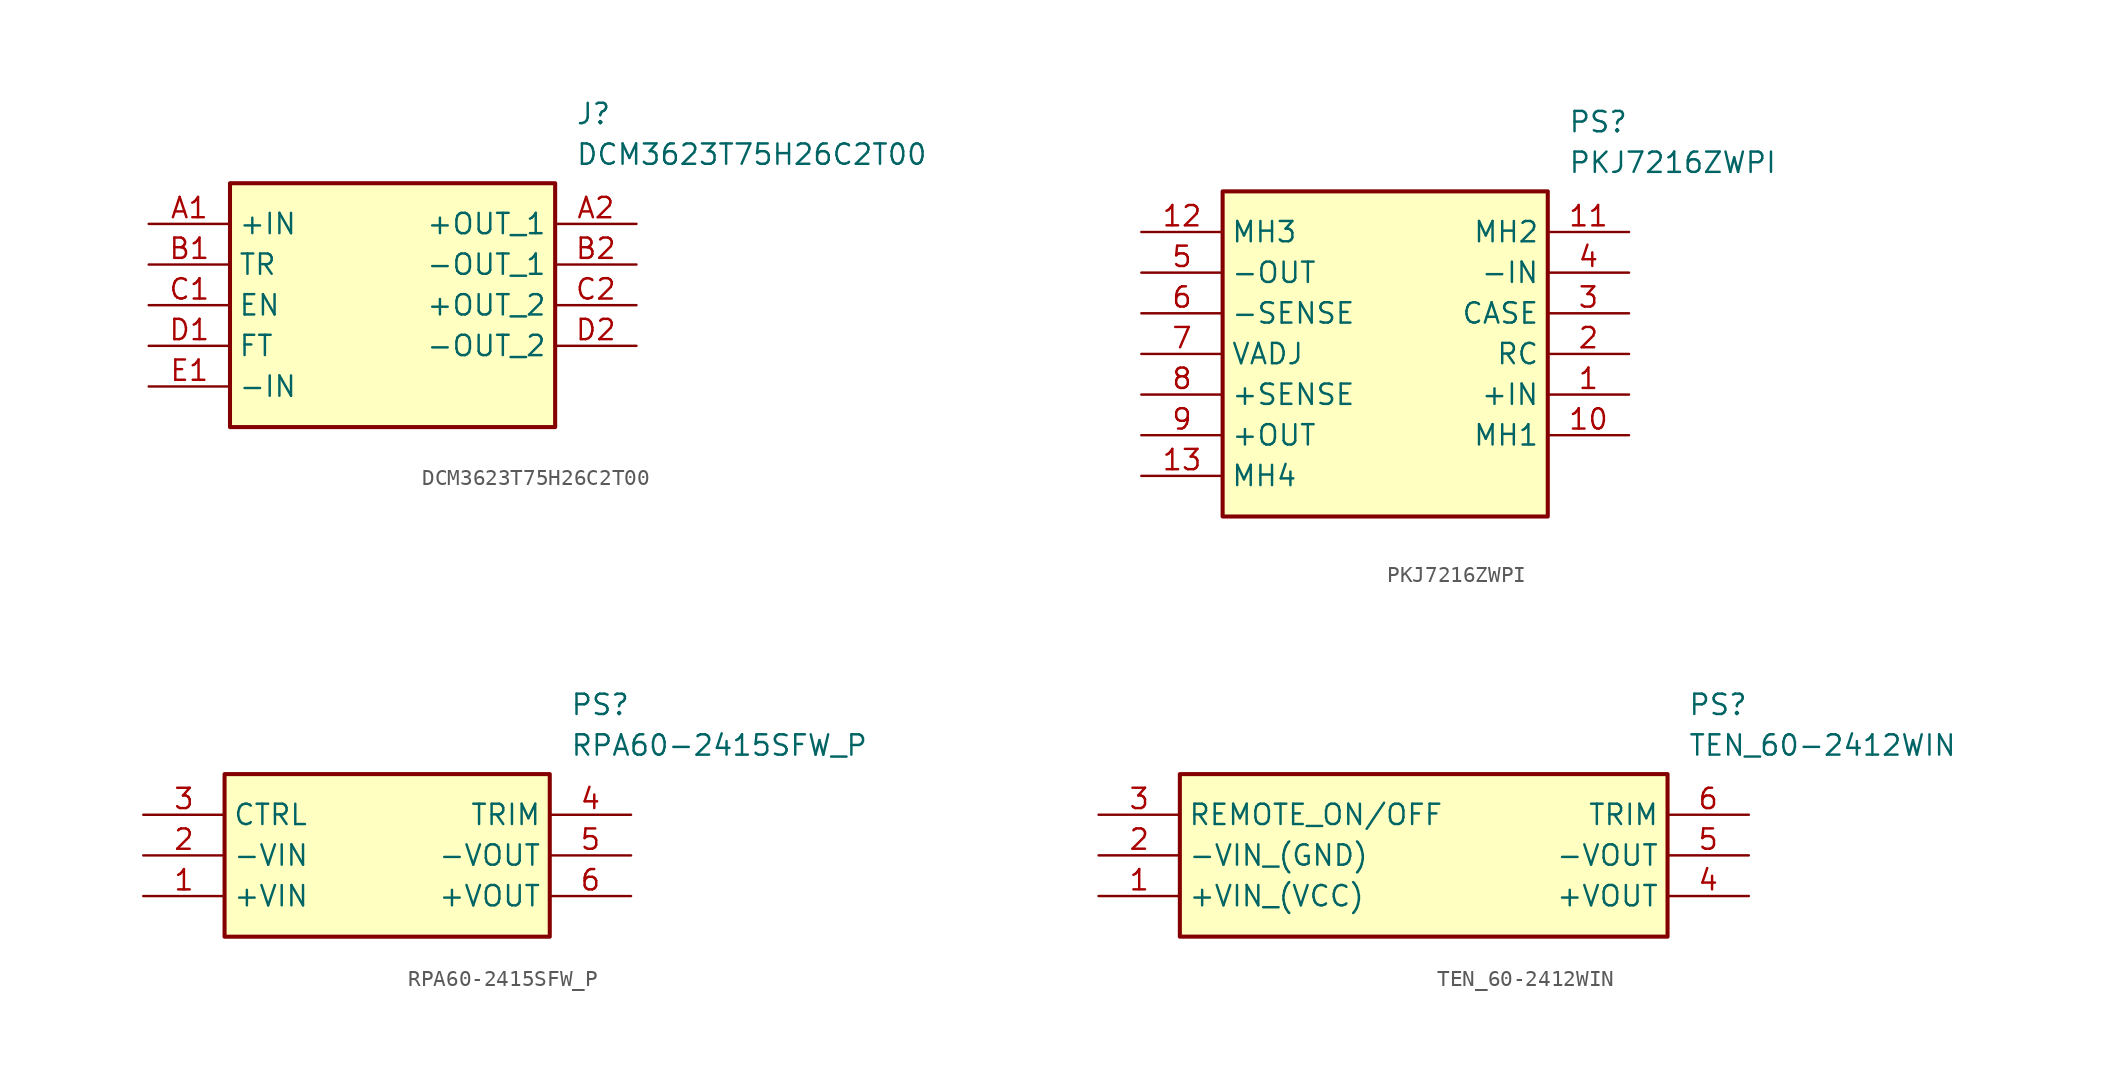
<source format=kicad_sym>
(kicad_symbol_lib
  (version 20241209)
  (generator "kicad_symbol_editor")
  (generator_version "9.0")
  (symbol "DCM3623T75H26C2T00"
    (property "Reference" "J"
      (at 26.67 7.62 0)
      (effects (font (size 1.27 1.27)) (justify left top)))
    (property "Value" "DCM3623T75H26C2T00"
      (at 26.67 5.08 0)
      (effects (font (size 1.27 1.27)) (justify left top)))
    (symbol "DCM3623T75H26C2T00_1_1"
      (rectangle (start 5.08 2.54) (end 25.4 -12.7) (stroke (width 0.254) (type default)) (fill (type background)))
      (pin passive line (at 0 0 0) (length 5.08) (name "+IN" (effects (font (size 1.27 1.27)))) (number "A1" (effects (font (size 1.27 1.27)))))
      (pin passive line (at 0 -2.54 0) (length 5.08) (name "TR" (effects (font (size 1.27 1.27)))) (number "B1" (effects (font (size 1.27 1.27)))))
      (pin passive line (at 0 -5.08 0) (length 5.08) (name "EN" (effects (font (size 1.27 1.27)))) (number "C1" (effects (font (size 1.27 1.27)))))
      (pin passive line (at 0 -7.62 0) (length 5.08) (name "FT" (effects (font (size 1.27 1.27)))) (number "D1" (effects (font (size 1.27 1.27)))))
      (pin passive line (at 0 -10.16 0) (length 5.08) (name "-IN" (effects (font (size 1.27 1.27)))) (number "E1" (effects (font (size 1.27 1.27)))))
      (pin passive line (at 30.48 0 180) (length 5.08) (name "+OUT_1" (effects (font (size 1.27 1.27)))) (number "A2" (effects (font (size 1.27 1.27)))))
      (pin passive line (at 30.48 -2.54 180) (length 5.08) (name "-OUT_1" (effects (font (size 1.27 1.27)))) (number "B2" (effects (font (size 1.27 1.27)))))
      (pin passive line (at 30.48 -5.08 180) (length 5.08) (name "+OUT_2" (effects (font (size 1.27 1.27)))) (number "C2" (effects (font (size 1.27 1.27)))))
      (pin passive line (at 30.48 -7.62 180) (length 5.08) (name "-OUT_2" (effects (font (size 1.27 1.27)))) (number "D2" (effects (font (size 1.27 1.27)))))))
  (symbol "PKJ7216ZWPI"
    (property "Reference" "PS"
      (at 26.67 7.62 0)
      (effects (font (size 1.27 1.27)) (justify left top)))
    (property "Value" "PKJ7216ZWPI"
      (at 26.67 5.08 0)
      (effects (font (size 1.27 1.27)) (justify left top)))
    (symbol "PKJ7216ZWPI_1_1"
      (rectangle (start 5.08 2.54) (end 25.4 -17.78) (stroke (width 0.254) (type default)) (fill (type background)))
      (pin passive line (at 0 0 0) (length 5.08) (name "MH3" (effects (font (size 1.27 1.27)))) (number "12" (effects (font (size 1.27 1.27)))))
      (pin passive line (at 0 -2.54 0) (length 5.08) (name "-OUT" (effects (font (size 1.27 1.27)))) (number "5" (effects (font (size 1.27 1.27)))))
      (pin passive line (at 0 -5.08 0) (length 5.08) (name "-SENSE" (effects (font (size 1.27 1.27)))) (number "6" (effects (font (size 1.27 1.27)))))
      (pin passive line (at 0 -7.62 0) (length 5.08) (name "VADJ" (effects (font (size 1.27 1.27)))) (number "7" (effects (font (size 1.27 1.27)))))
      (pin passive line (at 0 -10.16 0) (length 5.08) (name "+SENSE" (effects (font (size 1.27 1.27)))) (number "8" (effects (font (size 1.27 1.27)))))
      (pin passive line (at 0 -12.7 0) (length 5.08) (name "+OUT" (effects (font (size 1.27 1.27)))) (number "9" (effects (font (size 1.27 1.27)))))
      (pin passive line (at 0 -15.24 0) (length 5.08) (name "MH4" (effects (font (size 1.27 1.27)))) (number "13" (effects (font (size 1.27 1.27)))))
      (pin passive line (at 30.48 0 180) (length 5.08) (name "MH2" (effects (font (size 1.27 1.27)))) (number "11" (effects (font (size 1.27 1.27)))))
      (pin passive line (at 30.48 -2.54 180) (length 5.08) (name "-IN" (effects (font (size 1.27 1.27)))) (number "4" (effects (font (size 1.27 1.27)))))
      (pin passive line (at 30.48 -5.08 180) (length 5.08) (name "CASE" (effects (font (size 1.27 1.27)))) (number "3" (effects (font (size 1.27 1.27)))))
      (pin passive line (at 30.48 -7.62 180) (length 5.08) (name "RC" (effects (font (size 1.27 1.27)))) (number "2" (effects (font (size 1.27 1.27)))))
      (pin passive line (at 30.48 -10.16 180) (length 5.08) (name "+IN" (effects (font (size 1.27 1.27)))) (number "1" (effects (font (size 1.27 1.27)))))
      (pin passive line (at 30.48 -12.7 180) (length 5.08) (name "MH1" (effects (font (size 1.27 1.27)))) (number "10" (effects (font (size 1.27 1.27)))))))
  (symbol "RPA60-2415SFW_P"
    (property "Reference" "PS"
      (at 26.67 7.62 0)
      (effects (font (size 1.27 1.27)) (justify left top)))
    (property "Value" "RPA60-2415SFW_P"
      (at 26.67 5.08 0)
      (effects (font (size 1.27 1.27)) (justify left top)))
    (symbol "RPA60-2415SFW_P_1_1"
      (rectangle (start 5.08 2.54) (end 25.4 -7.62) (stroke (width 0.254) (type default)) (fill (type background)))
      (pin passive line (at 0 0 0) (length 5.08) (name "CTRL" (effects (font (size 1.27 1.27)))) (number "3" (effects (font (size 1.27 1.27)))))
      (pin passive line (at 0 -2.54 0) (length 5.08) (name "-VIN" (effects (font (size 1.27 1.27)))) (number "2" (effects (font (size 1.27 1.27)))))
      (pin passive line (at 0 -5.08 0) (length 5.08) (name "+VIN" (effects (font (size 1.27 1.27)))) (number "1" (effects (font (size 1.27 1.27)))))
      (pin passive line (at 30.48 0 180) (length 5.08) (name "TRIM" (effects (font (size 1.27 1.27)))) (number "4" (effects (font (size 1.27 1.27)))))
      (pin passive line (at 30.48 -2.54 180) (length 5.08) (name "-VOUT" (effects (font (size 1.27 1.27)))) (number "5" (effects (font (size 1.27 1.27)))))
      (pin passive line (at 30.48 -5.08 180) (length 5.08) (name "+VOUT" (effects (font (size 1.27 1.27)))) (number "6" (effects (font (size 1.27 1.27)))))))
  (symbol "TEN_60-2412WIN"
    (property "Reference" "PS"
      (at 36.83 7.62 0)
      (effects (font (size 1.27 1.27)) (justify left top)))
    (property "Value" "TEN_60-2412WIN"
      (at 36.83 5.08 0)
      (effects (font (size 1.27 1.27)) (justify left top)))
    (symbol "TEN_60-2412WIN_1_1"
      (rectangle (start 5.08 2.54) (end 35.56 -7.62) (stroke (width 0.254) (type default)) (fill (type background)))
      (pin passive line (at 0 0 0) (length 5.08) (name "REMOTE_ON/OFF" (effects (font (size 1.27 1.27)))) (number "3" (effects (font (size 1.27 1.27)))))
      (pin passive line (at 0 -2.54 0) (length 5.08) (name "-VIN_(GND)" (effects (font (size 1.27 1.27)))) (number "2" (effects (font (size 1.27 1.27)))))
      (pin passive line (at 0 -5.08 0) (length 5.08) (name "+VIN_(VCC)" (effects (font (size 1.27 1.27)))) (number "1" (effects (font (size 1.27 1.27)))))
      (pin passive line (at 40.64 0 180) (length 5.08) (name "TRIM" (effects (font (size 1.27 1.27)))) (number "6" (effects (font (size 1.27 1.27)))))
      (pin passive line (at 40.64 -2.54 180) (length 5.08) (name "-VOUT" (effects (font (size 1.27 1.27)))) (number "5" (effects (font (size 1.27 1.27)))))
      (pin passive line (at 40.64 -5.08 180) (length 5.08) (name "+VOUT" (effects (font (size 1.27 1.27)))) (number "4" (effects (font (size 1.27 1.27))))))))
</source>
